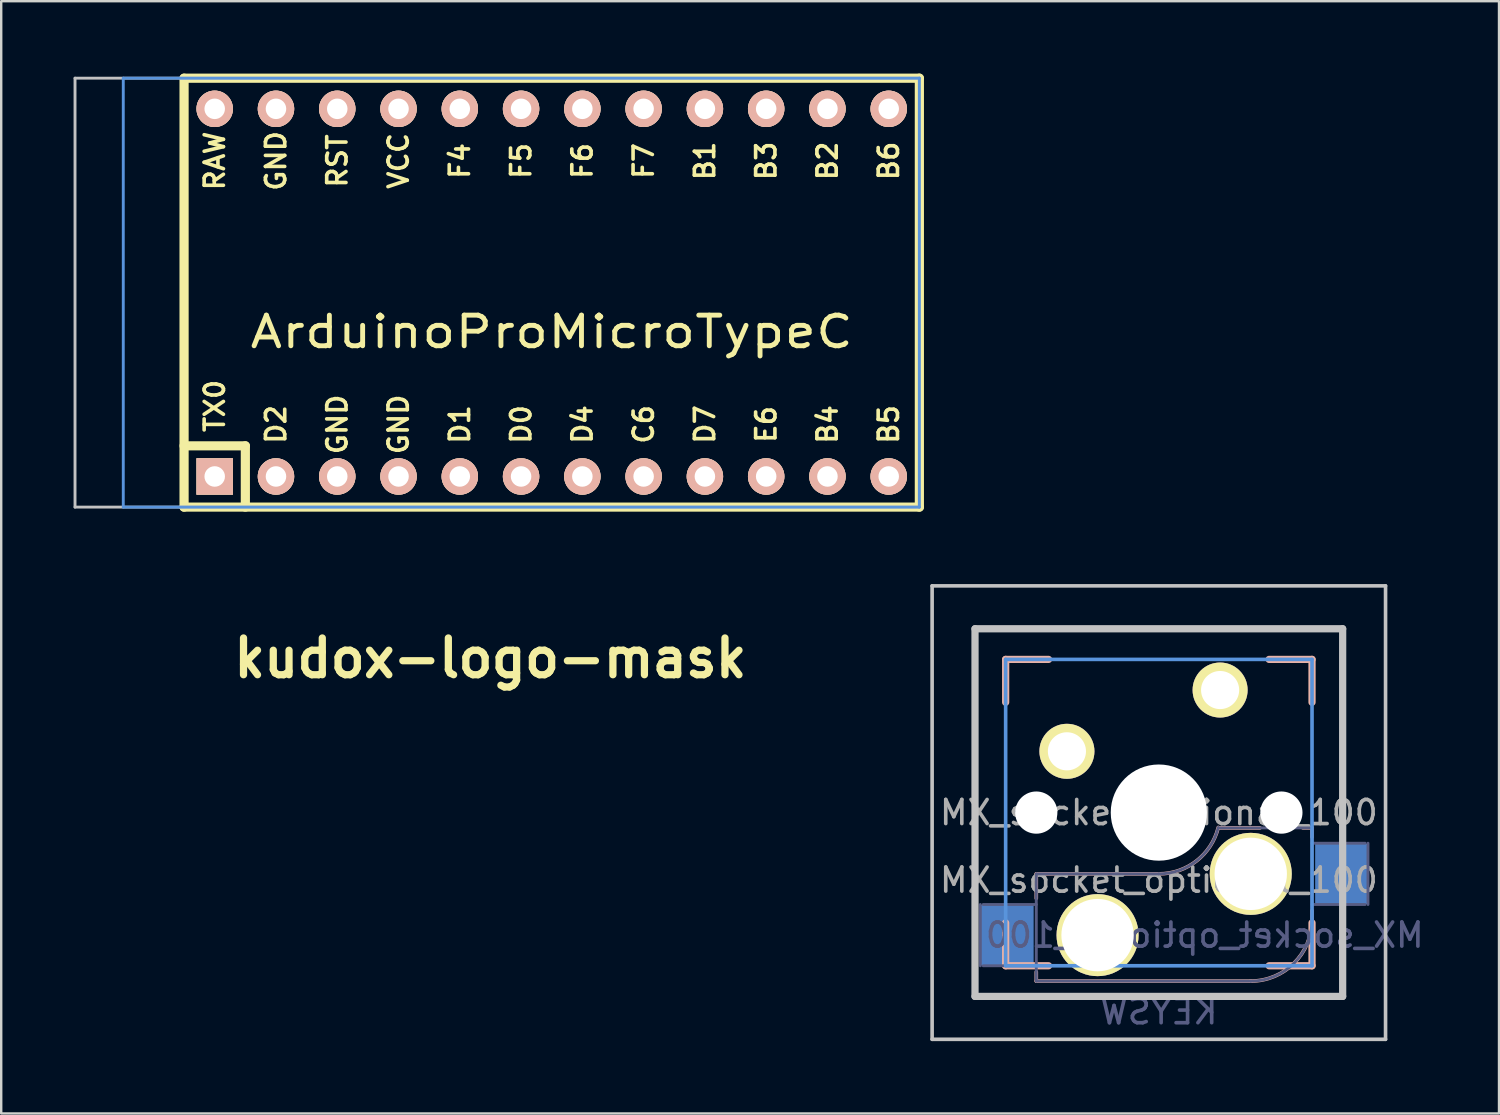
<source format=kicad_pcb>
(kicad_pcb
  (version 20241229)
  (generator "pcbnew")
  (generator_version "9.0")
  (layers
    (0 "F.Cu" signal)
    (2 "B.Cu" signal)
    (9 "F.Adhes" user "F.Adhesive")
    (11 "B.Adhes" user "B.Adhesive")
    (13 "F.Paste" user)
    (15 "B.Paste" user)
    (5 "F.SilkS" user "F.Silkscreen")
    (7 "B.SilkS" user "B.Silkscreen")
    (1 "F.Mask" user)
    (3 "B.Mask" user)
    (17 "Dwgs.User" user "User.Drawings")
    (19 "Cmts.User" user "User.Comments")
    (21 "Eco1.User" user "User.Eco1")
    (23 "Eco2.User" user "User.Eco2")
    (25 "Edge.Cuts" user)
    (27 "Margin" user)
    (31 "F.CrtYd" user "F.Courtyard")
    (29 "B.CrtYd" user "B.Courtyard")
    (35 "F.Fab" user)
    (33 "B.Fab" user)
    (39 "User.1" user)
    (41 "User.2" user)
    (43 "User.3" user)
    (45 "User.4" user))
  (footprint "ArduinoProMicroTypeC"
    (layer "F.Cu")
    (at 19.82 9.081)
    (property "Reference" "ArduinoProMicroTypeC" (at 0 1.625 0) (layer "F.SilkS") (effects (font (size 1.27 1.524) (thickness 0.203))))
    (attr through_hole)
    (fp_line (start -15.24 -8.89) (end -15.24 8.89) (stroke (width 0.381) (type solid)) (layer "F.SilkS"))
    (fp_line (start -15.24 6.35) (end -12.7 6.35) (stroke (width 0.381) (type solid)) (layer "F.SilkS"))
    (fp_line (start -15.24 8.89) (end 15.24 8.89) (stroke (width 0.381) (type solid)) (layer "F.SilkS"))
    (fp_line (start -12.7 6.35) (end -12.7 8.89) (stroke (width 0.381) (type solid)) (layer "F.SilkS"))
    (fp_line (start 15.24 -8.89) (end -15.24 -8.89) (stroke (width 0.381) (type solid)) (layer "F.SilkS"))
    (fp_line (start 15.24 8.89) (end 15.24 -8.89) (stroke (width 0.381) (type solid)) (layer "F.SilkS"))
    (fp_line (start -19.76 -8.89) (end -19.76 8.89) (stroke (width 0.12) (type solid)) (layer "Dwgs.User"))
    (fp_line (start -19.76 -8.89) (end 15.24 -8.89) (stroke (width 0.12) (type solid)) (layer "Dwgs.User"))
    (fp_line (start -19.76 8.89) (end 15.24 8.89) (stroke (width 0.12) (type solid)) (layer "Dwgs.User"))
    (fp_line (start 15.24 -8.89) (end 15.24 8.89) (stroke (width 0.12) (type solid)) (layer "Dwgs.User"))
    (fp_line (start -17.76 -8.89) (end 15.24 -8.89) (stroke (width 0.12) (type solid)) (layer "Cmts.User"))
    (fp_line (start -17.76 8.89) (end -17.76 -8.89) (stroke (width 0.12) (type solid)) (layer "Cmts.User"))
    (fp_line (start 15.24 -8.89) (end 15.24 8.89) (stroke (width 0.12) (type solid)) (layer "Cmts.User"))
    (fp_line (start 15.24 8.89) (end -17.76 8.89) (stroke (width 0.12) (type solid)) (layer "Cmts.User"))
    (fp_text user "RST" (at -8.89 -5.461 90) (layer "F.SilkS") (effects (font (size 0.8 0.8) (thickness 0.15))))
    (fp_text user "TX0" (at -13.97 4.699 90) (layer "F.SilkS") (effects (font (size 0.8 0.8) (thickness 0.15))))
    (fp_text user "F4" (at -3.81 -5.461 90) (layer "F.SilkS") (effects (font (size 0.8 0.8) (thickness 0.15))))
    (fp_text user "B5" (at 13.97 5.461 90) (layer "F.SilkS") (effects (font (size 0.8 0.8) (thickness 0.15))))
    (fp_text user "B6" (at 13.97 -5.461 90) (layer "F.SilkS") (effects (font (size 0.8 0.8) (thickness 0.15))))
    (fp_text user "B1" (at 6.35 -5.461 90) (layer "F.SilkS") (effects (font (size 0.8 0.8) (thickness 0.15))))
    (fp_text user "C6" (at 3.81 5.461 90) (layer "F.SilkS") (effects (font (size 0.8 0.8) (thickness 0.15))))
    (fp_text user "D7" (at 6.35 5.461 90) (layer "F.SilkS") (effects (font (size 0.8 0.8) (thickness 0.15))))
    (fp_text user "GND" (at -6.35 5.461 90) (layer "F.SilkS") (effects (font (size 0.8 0.8) (thickness 0.15))))
    (fp_text user "F5" (at -1.27 -5.461 90) (layer "F.SilkS") (effects (font (size 0.8 0.8) (thickness 0.15))))
    (fp_text user "B3" (at 8.89 -5.461 90) (layer "F.SilkS") (effects (font (size 0.8 0.8) (thickness 0.15))))
    (fp_text user "F6" (at 1.27 -5.461 90) (layer "F.SilkS") (effects (font (size 0.8 0.8) (thickness 0.15))))
    (fp_text user "GND" (at -11.43 -5.461 90) (layer "F.SilkS") (effects (font (size 0.8 0.8) (thickness 0.15))))
    (fp_text user "E6" (at 8.89 5.461 90) (layer "F.SilkS") (effects (font (size 0.8 0.8) (thickness 0.15))))
    (fp_text user "D4" (at 1.27 5.461 90) (layer "F.SilkS") (effects (font (size 0.8 0.8) (thickness 0.15))))
    (fp_text user "B4" (at 11.43 5.461 90) (layer "F.SilkS") (effects (font (size 0.8 0.8) (thickness 0.15))))
    (fp_text user "VCC" (at -6.35 -5.461 90) (layer "F.SilkS") (effects (font (size 0.8 0.8) (thickness 0.15))))
    (fp_text user "D0" (at -1.27 5.461 90) (layer "F.SilkS") (effects (font (size 0.8 0.8) (thickness 0.15))))
    (fp_text user "D2" (at -11.43 5.461 90) (layer "F.SilkS") (effects (font (size 0.8 0.8) (thickness 0.15))))
    (fp_text user "RAW" (at -13.97 -5.461 90) (layer "F.SilkS") (effects (font (size 0.8 0.8) (thickness 0.15))))
    (fp_text user "GND" (at -8.89 5.461 90) (layer "F.SilkS") (effects (font (size 0.8 0.8) (thickness 0.15))))
    (fp_text user "B2" (at 11.43 -5.461 90) (layer "F.SilkS") (effects (font (size 0.8 0.8) (thickness 0.15))))
    (fp_text user "F7" (at 3.81 -5.461 90) (layer "F.SilkS") (effects (font (size 0.8 0.8) (thickness 0.15))))
    (fp_text user "D1" (at -3.81 5.461 90) (layer "F.SilkS") (effects (font (size 0.8 0.8) (thickness 0.15))))
    (pad "1" thru_hole rect (at -13.97 7.62) (size 1.51 1.51) (drill 0.85) (layers "*.Cu" "*.SilkS" "*.Mask"))
    (pad "2" thru_hole circle (at -11.43 7.62) (size 1.51 1.51) (drill 0.85) (layers "*.Cu" "*.SilkS" "*.Mask"))
    (pad "3" thru_hole circle (at -8.89 7.62) (size 1.51 1.51) (drill 0.85) (layers "*.Cu" "*.SilkS" "*.Mask"))
    (pad "4" thru_hole circle (at -6.35 7.62) (size 1.51 1.51) (drill 0.85) (layers "*.Cu" "*.SilkS" "*.Mask"))
    (pad "5" thru_hole circle (at -3.81 7.62) (size 1.51 1.51) (drill 0.85) (layers "*.Cu" "*.SilkS" "*.Mask"))
    (pad "6" thru_hole circle (at -1.27 7.62) (size 1.51 1.51) (drill 0.85) (layers "*.Cu" "*.SilkS" "*.Mask"))
    (pad "7" thru_hole circle (at 1.27 7.62) (size 1.51 1.51) (drill 0.85) (layers "*.Cu" "*.SilkS" "*.Mask"))
    (pad "8" thru_hole circle (at 3.81 7.62) (size 1.51 1.51) (drill 0.85) (layers "*.Cu" "*.SilkS" "*.Mask"))
    (pad "9" thru_hole circle (at 6.35 7.62) (size 1.51 1.51) (drill 0.85) (layers "*.Cu" "*.SilkS" "*.Mask"))
    (pad "10" thru_hole circle (at 8.89 7.62) (size 1.51 1.51) (drill 0.85) (layers "*.Cu" "*.SilkS" "*.Mask"))
    (pad "11" thru_hole circle (at 11.43 7.62) (size 1.51 1.51) (drill 0.85) (layers "*.Cu" "*.SilkS" "*.Mask"))
    (pad "12" thru_hole circle (at 13.97 7.62) (size 1.51 1.51) (drill 0.85) (layers "*.Cu" "*.SilkS" "*.Mask"))
    (pad "13" thru_hole circle (at 13.97 -7.62) (size 1.51 1.51) (drill 0.85) (layers "*.Cu" "*.SilkS" "*.Mask"))
    (pad "14" thru_hole circle (at 11.43 -7.62) (size 1.51 1.51) (drill 0.85) (layers "*.Cu" "*.SilkS" "*.Mask"))
    (pad "15" thru_hole circle (at 8.89 -7.62) (size 1.51 1.51) (drill 0.85) (layers "*.Cu" "*.SilkS" "*.Mask"))
    (pad "16" thru_hole circle (at 6.35 -7.62) (size 1.51 1.51) (drill 0.85) (layers "*.Cu" "*.SilkS" "*.Mask"))
    (pad "17" thru_hole circle (at 3.81 -7.62) (size 1.51 1.51) (drill 0.85) (layers "*.Cu" "*.SilkS" "*.Mask"))
    (pad "18" thru_hole circle (at 1.27 -7.62) (size 1.51 1.51) (drill 0.85) (layers "*.Cu" "*.SilkS" "*.Mask"))
    (pad "19" thru_hole circle (at -1.27 -7.62) (size 1.51 1.51) (drill 0.85) (layers "*.Cu" "*.SilkS" "*.Mask"))
    (pad "20" thru_hole circle (at -3.81 -7.62) (size 1.51 1.51) (drill 0.85) (layers "*.Cu" "*.SilkS" "*.Mask"))
    (pad "21" thru_hole circle (at -6.35 -7.62) (size 1.51 1.51) (drill 0.85) (layers "*.Cu" "*.SilkS" "*.Mask"))
    (pad "22" thru_hole circle (at -8.89 -7.62) (size 1.51 1.51) (drill 0.85) (layers "*.Cu" "*.SilkS" "*.Mask"))
    (pad "23" thru_hole circle (at -11.43 -7.62) (size 1.51 1.51) (drill 0.85) (layers "*.Cu" "*.SilkS" "*.Mask"))
    (pad "24" thru_hole circle (at -13.97 -7.62) (size 1.51 1.51) (drill 0.85) (layers "*.Cu" "*.SilkS" "*.Mask")))
  (footprint "kudox-logo-mask"
    (layer "F.Cu")
    (at 17.277 24.23)
    (property "Reference" "kudox-logo-mask" (at 0 0 0) (layer "F.SilkS") (effects (font (size 1.524 1.524) (thickness 0.3))))
    (attr smd)
    (fp_poly (pts (xy 13.328 0.584) (xy 13.652 0.749) (xy 14.094 1) (xy 14.561 1.281) (xy 14.96 1.536) (xy 15.2 1.708) (xy 15.232 1.744) (xy 15.1 1.865) (xy 14.766 2.094) (xy 14.325 2.372) (xy 13.871 2.642) (xy 13.498 2.846) (xy 13.301 2.927) (xy 13.251 2.771) (xy 13.215 2.363) (xy 13.2 1.786) (xy 13.2 1.727) (xy 13.216 1.149) (xy 13.26 0.741) (xy 13.321 0.583) (xy 13.328 0.584)) (stroke (width 0.01) (type solid)) (fill yes) (layer "F.Mask"))
    (fp_poly (pts (xy -3.115 -2.96) (xy -2.26 -2.712) (xy -1.648 -2.245) (xy -1.256 -1.542) (xy -1.063 -0.586) (xy -1.046 -0.356) (xy -1.089 0.792) (xy -1.366 1.696) (xy -1.884 2.364) (xy -2.65 2.803) (xy -3.67 3.02) (xy -4.292 3.048) (xy -5.014 3.017) (xy -5.417 2.921) (xy -5.513 2.83) (xy -5.538 2.594) (xy -5.555 2.081) (xy -5.559 1.622) (xy -4.893 1.622) (xy -4.876 2.081) (xy -4.834 2.356) (xy -4.759 2.499) (xy -4.644 2.56) (xy -4.534 2.583) (xy -3.733 2.582) (xy -2.898 2.35) (xy -2.625 2.217) (xy -2.085 1.739) (xy -1.715 1.051) (xy -1.531 0.245) (xy -1.551 -0.584) (xy -1.793 -1.345) (xy -1.908 -1.541) (xy -2.523 -2.182) (xy -3.305 -2.573) (xy -4.149 -2.671) (xy -4.826 -2.625) (xy -4.873 -0.055) (xy -4.889 0.927) (xy -4.893 1.622) (xy -5.559 1.622) (xy -5.562 1.353) (xy -5.559 0.473) (xy -5.55 -0.176) (xy -5.503 -2.963) (xy -4.233 -3.009) (xy -3.115 -2.96)) (stroke (width 0.01) (type solid)) (fill yes) (layer "F.Mask"))
    (fp_poly (pts (xy 3.919 -2.986) (xy 4.624 -2.74) (xy 4.743 -2.667) (xy 5.414 -2.108) (xy 5.821 -1.483) (xy 6.021 -0.687) (xy 6.057 -0.295) (xy 5.983 0.763) (xy 5.651 1.69) (xy 5.087 2.426) (xy 4.867 2.607) (xy 4.273 2.876) (xy 3.499 3.012) (xy 2.68 3.007) (xy 1.949 2.857) (xy 1.693 2.745) (xy 0.989 2.183) (xy 0.506 1.434) (xy 0.245 0.568) (xy 0.219 -0.073) (xy 0.85 -0.073) (xy 0.897 0.708) (xy 1.083 1.321) (xy 1.604 2.01) (xy 2.285 2.449) (xy 3.054 2.619) (xy 3.841 2.5) (xy 4.392 2.217) (xy 5.026 1.643) (xy 5.379 0.971) (xy 5.497 0.112) (xy 5.498 0.033) (xy 5.369 -0.897) (xy 5.016 -1.653) (xy 4.494 -2.216) (xy 3.855 -2.567) (xy 3.153 -2.689) (xy 2.439 -2.563) (xy 1.767 -2.17) (xy 1.19 -1.491) (xy 1.178 -1.472) (xy 0.946 -0.852) (xy 0.85 -0.073) (xy 0.219 -0.073) (xy 0.208 -0.344) (xy 0.398 -1.23) (xy 0.814 -2.02) (xy 1.459 -2.642) (xy 1.565 -2.71) (xy 2.253 -2.973) (xy 3.083 -3.064) (xy 3.919 -2.986)) (stroke (width 0.01) (type solid)) (fill yes) (layer "F.Mask"))
    (fp_poly (pts (xy -16.755 -3.016) (xy -16.653 -2.872) (xy -16.607 -2.543) (xy -16.595 -1.957) (xy -16.595 -1.863) (xy -16.581 -1.278) (xy -16.546 -0.855) (xy -16.496 -0.678) (xy -16.492 -0.677) (xy -16.333 -0.786) (xy -15.985 -1.079) (xy -15.506 -1.507) (xy -15.12 -1.863) (xy -14.461 -2.443) (xy -13.926 -2.842) (xy -13.559 -3.03) (xy -13.487 -3.041) (xy -13.385 -2.989) (xy -13.455 -2.822) (xy -13.722 -2.512) (xy -14.209 -2.031) (xy -14.675 -1.593) (xy -16.227 -0.153) (xy -14.717 1.303) (xy -14.14 1.87) (xy -13.665 2.359) (xy -13.339 2.718) (xy -13.209 2.898) (xy -13.208 2.903) (xy -13.312 3.064) (xy -13.618 2.968) (xy -14.115 2.621) (xy -14.793 2.029) (xy -15.176 1.663) (xy -16.595 0.279) (xy -16.595 1.663) (xy -16.61 2.39) (xy -16.659 2.827) (xy -16.752 3.024) (xy -16.82 3.048) (xy -17.108 2.973) (xy -17.159 2.935) (xy -17.196 2.737) (xy -17.228 2.257) (xy -17.252 1.553) (xy -17.268 0.682) (xy -17.272 -0.113) (xy -17.27 -1.173) (xy -17.262 -1.942) (xy -17.24 -2.466) (xy -17.201 -2.791) (xy -17.139 -2.966) (xy -17.048 -3.036) (xy -16.933 -3.048) (xy -16.755 -3.016)) (stroke (width 0.01) (type solid)) (fill yes) (layer "F.Mask"))
    (fp_poly (pts (xy -11.341 -2.986) (xy -11.267 -2.767) (xy -11.213 -2.347) (xy -11.175 -1.678) (xy -11.147 -0.774) (xy -11.118 0.173) (xy -11.079 0.846) (xy -11.02 1.311) (xy -10.931 1.635) (xy -10.803 1.882) (xy -10.736 1.978) (xy -10.421 2.3) (xy -10.015 2.458) (xy -9.594 2.507) (xy -9.047 2.505) (xy -8.677 2.378) (xy -8.384 2.134) (xy -8.215 1.952) (xy -8.099 1.759) (xy -8.024 1.494) (xy -7.982 1.093) (xy -7.964 0.497) (xy -7.959 -0.359) (xy -7.959 -0.67) (xy -7.957 -1.609) (xy -7.945 -2.261) (xy -7.916 -2.679) (xy -7.862 -2.915) (xy -7.775 -3.02) (xy -7.648 -3.047) (xy -7.604 -3.048) (xy -7.463 -3.035) (xy -7.367 -2.961) (xy -7.31 -2.773) (xy -7.286 -2.418) (xy -7.287 -1.845) (xy -7.308 -0.999) (xy -7.316 -0.72) (xy -7.366 0.395) (xy -7.442 1.266) (xy -7.541 1.858) (xy -7.61 2.066) (xy -8.017 2.539) (xy -8.64 2.87) (xy -9.379 3.034) (xy -10.132 3.006) (xy -10.668 2.831) (xy -11.048 2.571) (xy -11.325 2.191) (xy -11.514 1.645) (xy -11.627 0.885) (xy -11.677 -0.138) (xy -11.684 -0.804) (xy -11.678 -1.739) (xy -11.656 -2.383) (xy -11.613 -2.784) (xy -11.544 -2.99) (xy -11.443 -3.048) (xy -11.443 -3.048) (xy -11.341 -2.986)) (stroke (width 0.01) (type solid)) (fill yes) (layer "F.Mask"))
    (fp_poly (pts (xy 11.802 -3.006) (xy 11.853 -2.956) (xy 11.765 -2.784) (xy 11.527 -2.4) (xy 11.182 -1.872) (xy 10.978 -1.567) (xy 10.594 -0.978) (xy 10.295 -0.485) (xy 10.126 -0.16) (xy 10.104 -0.085) (xy 10.19 0.13) (xy 10.423 0.555) (xy 10.76 1.118) (xy 10.978 1.464) (xy 11.355 2.062) (xy 11.651 2.552) (xy 11.824 2.865) (xy 11.853 2.938) (xy 11.715 3.035) (xy 11.595 3.048) (xy 11.393 2.913) (xy 11.076 2.553) (xy 10.698 2.034) (xy 10.536 1.787) (xy 10.171 1.224) (xy 9.872 0.788) (xy 9.686 0.546) (xy 9.652 0.517) (xy 9.53 0.646) (xy 9.274 0.999) (xy 8.931 1.51) (xy 8.759 1.778) (xy 8.314 2.418) (xy 7.932 2.855) (xy 7.643 3.065) (xy 7.478 3.023) (xy 7.451 2.874) (xy 7.54 2.667) (xy 7.779 2.25) (xy 8.128 1.695) (xy 8.367 1.332) (xy 9.283 -0.036) (xy 8.367 -1.456) (xy 7.98 -2.063) (xy 7.674 -2.559) (xy 7.488 -2.879) (xy 7.451 -2.962) (xy 7.591 -3.035) (xy 7.75 -3.048) (xy 8.008 -2.898) (xy 8.374 -2.471) (xy 8.782 -1.863) (xy 9.131 -1.317) (xy 9.421 -0.904) (xy 9.601 -0.692) (xy 9.628 -0.677) (xy 9.765 -0.811) (xy 10.028 -1.166) (xy 10.368 -1.676) (xy 10.487 -1.863) (xy 10.955 -2.544) (xy 11.323 -2.943) (xy 11.542 -3.048) (xy 11.802 -3.006)) (stroke (width 0.01) (type solid)) (fill yes) (layer "F.Mask")))
  (footprint "MX_socket_optional_100"
    (layer "F.Cu")
    (at 44.987 30.634)
    (property "Reference" "MX_socket_optional_100" (at 0 2.8 0) (layer "F.Fab") (effects (font (size 1 1) (thickness 0.15))))
    (property "Value" "KEYSW" (at 0.6 -2.85 0) (layer "B.SilkS") (hide yes) (effects (font (size 1.2 1.2) (thickness 0.2)) (justify mirror)))
    (attr through_hole)
    (fp_line (start -6.35 -6.35) (end -4.572 -6.35) (stroke (width 0.3) (type solid)) (layer "B.SilkS"))
    (fp_line (start -6.35 -4.572) (end -6.35 -6.35) (stroke (width 0.3) (type solid)) (layer "B.SilkS"))
    (fp_line (start -6.35 6.35) (end -6.35 4.572) (stroke (width 0.3) (type solid)) (layer "B.SilkS"))
    (fp_line (start -5.08 2.54) (end -5.08 3.556) (stroke (width 0.15) (type solid)) (layer "B.SilkS"))
    (fp_line (start -5.08 6.604) (end -5.08 6.985) (stroke (width 0.15) (type solid)) (layer "B.SilkS"))
    (fp_line (start -5.08 6.985) (end 3.81 6.985) (stroke (width 0.15) (type solid)) (layer "B.SilkS"))
    (fp_line (start -4.572 6.35) (end -6.35 6.35) (stroke (width 0.3) (type solid)) (layer "B.SilkS"))
    (fp_line (start 0 2.54) (end -5.08 2.54) (stroke (width 0.15) (type solid)) (layer "B.SilkS"))
    (fp_line (start 4.191 0.635) (end 2.54 0.635) (stroke (width 0.15) (type solid)) (layer "B.SilkS"))
    (fp_line (start 4.572 -6.35) (end 6.35 -6.35) (stroke (width 0.3) (type solid)) (layer "B.SilkS"))
    (fp_line (start 6.35 -6.35) (end 6.35 -4.572) (stroke (width 0.3) (type solid)) (layer "B.SilkS"))
    (fp_line (start 6.35 0.635) (end 5.969 0.635) (stroke (width 0.15) (type solid)) (layer "B.SilkS"))
    (fp_line (start 6.35 1.016) (end 6.35 0.635) (stroke (width 0.15) (type solid)) (layer "B.SilkS"))
    (fp_line (start 6.35 4.445) (end 6.35 4.064) (stroke (width 0.15) (type solid)) (layer "B.SilkS"))
    (fp_line (start 6.35 4.572) (end 6.35 6.35) (stroke (width 0.3) (type solid)) (layer "B.SilkS"))
    (fp_line (start 6.35 6.35) (end 4.572 6.35) (stroke (width 0.3) (type solid)) (layer "B.SilkS"))
    (fp_arc (start 2.464162 0.61604) (mid 1.563147 2.002042) (end 0 2.54) (stroke (width 0.15) (type solid)) (layer "B.SilkS"))
    (fp_arc (start 6.35 4.445) (mid 5.606051 6.241051) (end 3.81 6.985) (stroke (width 0.15) (type solid)) (layer "B.SilkS"))
    (fp_line (start -9.398 -9.398) (end -9.398 9.398) (stroke (width 0.15) (type solid)) (layer "Dwgs.User"))
    (fp_line (start -9.398 -9.398) (end 9.398 -9.398) (stroke (width 0.15) (type solid)) (layer "Dwgs.User"))
    (fp_line (start -9.398 9.398) (end 9.398 9.398) (stroke (width 0.15) (type solid)) (layer "Dwgs.User"))
    (fp_line (start -7.62 -7.62) (end -7.62 7.62) (stroke (width 0.3) (type solid)) (layer "Dwgs.User"))
    (fp_line (start -7.62 -7.62) (end 7.62 -7.62) (stroke (width 0.3) (type solid)) (layer "Dwgs.User"))
    (fp_line (start -7.62 7.62) (end 7.62 7.62) (stroke (width 0.3) (type solid)) (layer "Dwgs.User"))
    (fp_line (start 7.62 -7.62) (end 7.62 7.62) (stroke (width 0.3) (type solid)) (layer "Dwgs.User"))
    (fp_line (start 9.398 -9.398) (end 9.398 9.398) (stroke (width 0.15) (type solid)) (layer "Dwgs.User"))
    (fp_line (start -6.35 6.35) (end -6.35 -6.35) (stroke (width 0.15) (type solid)) (layer "Cmts.User"))
    (fp_line (start -6.35 6.35) (end 6.35 6.35) (stroke (width 0.15) (type solid)) (layer "Cmts.User"))
    (fp_line (start 6.35 -6.35) (end -6.35 -6.35) (stroke (width 0.15) (type solid)) (layer "Cmts.User"))
    (fp_line (start 6.35 -6.35) (end 6.35 6.35) (stroke (width 0.15) (type solid)) (layer "Cmts.User"))
    (fp_line (start -6.985 -6.985) (end 6.985 -6.985) (stroke (width 0.15) (type solid)) (layer "Eco2.User"))
    (fp_line (start -6.985 6.985) (end -6.985 -6.985) (stroke (width 0.15) (type solid)) (layer "Eco2.User"))
    (fp_line (start 6.985 -6.985) (end 6.985 6.985) (stroke (width 0.15) (type solid)) (layer "Eco2.User"))
    (fp_line (start 6.985 6.985) (end -6.985 6.985) (stroke (width 0.15) (type solid)) (layer "Eco2.User"))
    (fp_line (start -7.4 3.81) (end -7.4 6.35) (stroke (width 0.12) (type solid)) (layer "B.Fab"))
    (fp_line (start -7.28 6.35) (end -5.08 6.35) (stroke (width 0.12) (type solid)) (layer "B.Fab"))
    (fp_line (start -5.08 2.54) (end -5.08 6.985) (stroke (width 0.12) (type solid)) (layer "B.Fab"))
    (fp_line (start -5.08 3.81) (end -7.28 3.81) (stroke (width 0.12) (type solid)) (layer "B.Fab"))
    (fp_line (start -5.08 6.985) (end 3.81 6.985) (stroke (width 0.12) (type solid)) (layer "B.Fab"))
    (fp_line (start 0 2.54) (end -5.08 2.54) (stroke (width 0.12) (type solid)) (layer "B.Fab"))
    (fp_line (start 6.35 0.635) (end 2.54 0.635) (stroke (width 0.12) (type solid)) (layer "B.Fab"))
    (fp_line (start 6.35 3.81) (end 8.55 3.81) (stroke (width 0.12) (type solid)) (layer "B.Fab"))
    (fp_line (start 6.35 4.445) (end 6.35 0.635) (stroke (width 0.12) (type solid)) (layer "B.Fab"))
    (fp_line (start 8.55 1.27) (end 6.35 1.27) (stroke (width 0.12) (type solid)) (layer "B.Fab"))
    (fp_line (start 8.67 3.81) (end 8.67 1.27) (stroke (width 0.12) (type solid)) (layer "B.Fab"))
    (fp_arc (start 2.464162 0.61604) (mid 1.563147 2.002042) (end 0 2.54) (stroke (width 0.12) (type solid)) (layer "B.Fab"))
    (fp_arc (start 6.35 4.445) (mid 5.606051 6.241051) (end 3.81 6.985) (stroke (width 0.12) (type solid)) (layer "B.Fab"))
    (fp_text user "${REFERENCE}" (at 1.905 5.08 0) (layer "B.Fab") (effects (font (size 1 1) (thickness 0.15)) (justify mirror)))
    (fp_text user "${VALUE}" (at 0 8.255 0) (layer "B.Fab") (effects (font (size 1 1) (thickness 0.15)) (justify mirror)))
    (fp_text user "${REFERENCE}" (at 0 0 0) (layer "F.Fab") (effects (font (size 1 1) (thickness 0.15))))
    (pad "" np_thru_hole circle (at -5.08 0) (size 1.75 1.75) (drill 1.75) (layers "*.Cu" "*.Mask"))
    (pad "" thru_hole circle (at -2.54 5.08) (size 3.4 3.4) (drill 3) (layers "*.Cu" "*.Mask" "F.SilkS"))
    (pad "" np_thru_hole circle (at 0 0) (size 3.988 3.988) (drill 3.988) (layers "*.Cu" "*.Mask"))
    (pad "" thru_hole circle (at 3.81 2.54) (size 3.4 3.4) (drill 3) (layers "*.Cu" "*.Mask" "F.SilkS"))
    (pad "" np_thru_hole circle (at 5.08 0) (size 1.75 1.75) (drill 1.75) (layers "*.Cu" "*.Mask"))
    (pad "1" smd rect (at -6.29 5.08) (size 2.2 2.5) (layers "B.Cu" "B.Mask" "B.Paste"))
    (pad "1" thru_hole circle (at 2.54 -5.08) (size 2.28 2.28) (drill 1.58) (layers "*.Cu" "*.Mask" "F.SilkS"))
    (pad "2" thru_hole circle (at -3.81 -2.54) (size 2.28 2.28) (drill 1.58) (layers "*.Cu" "*.Mask" "F.SilkS"))
    (pad "2" smd rect (at 7.58 2.54) (size 2.2 2.5) (layers "B.Cu" "B.Mask" "B.Paste")))
  (gr_rect
    (start -3 -3)
    (end 59.088 43.107)
    (stroke (width 0.1) (type default))
    (fill no)
    (layer "Edge.Cuts")))
</source>
